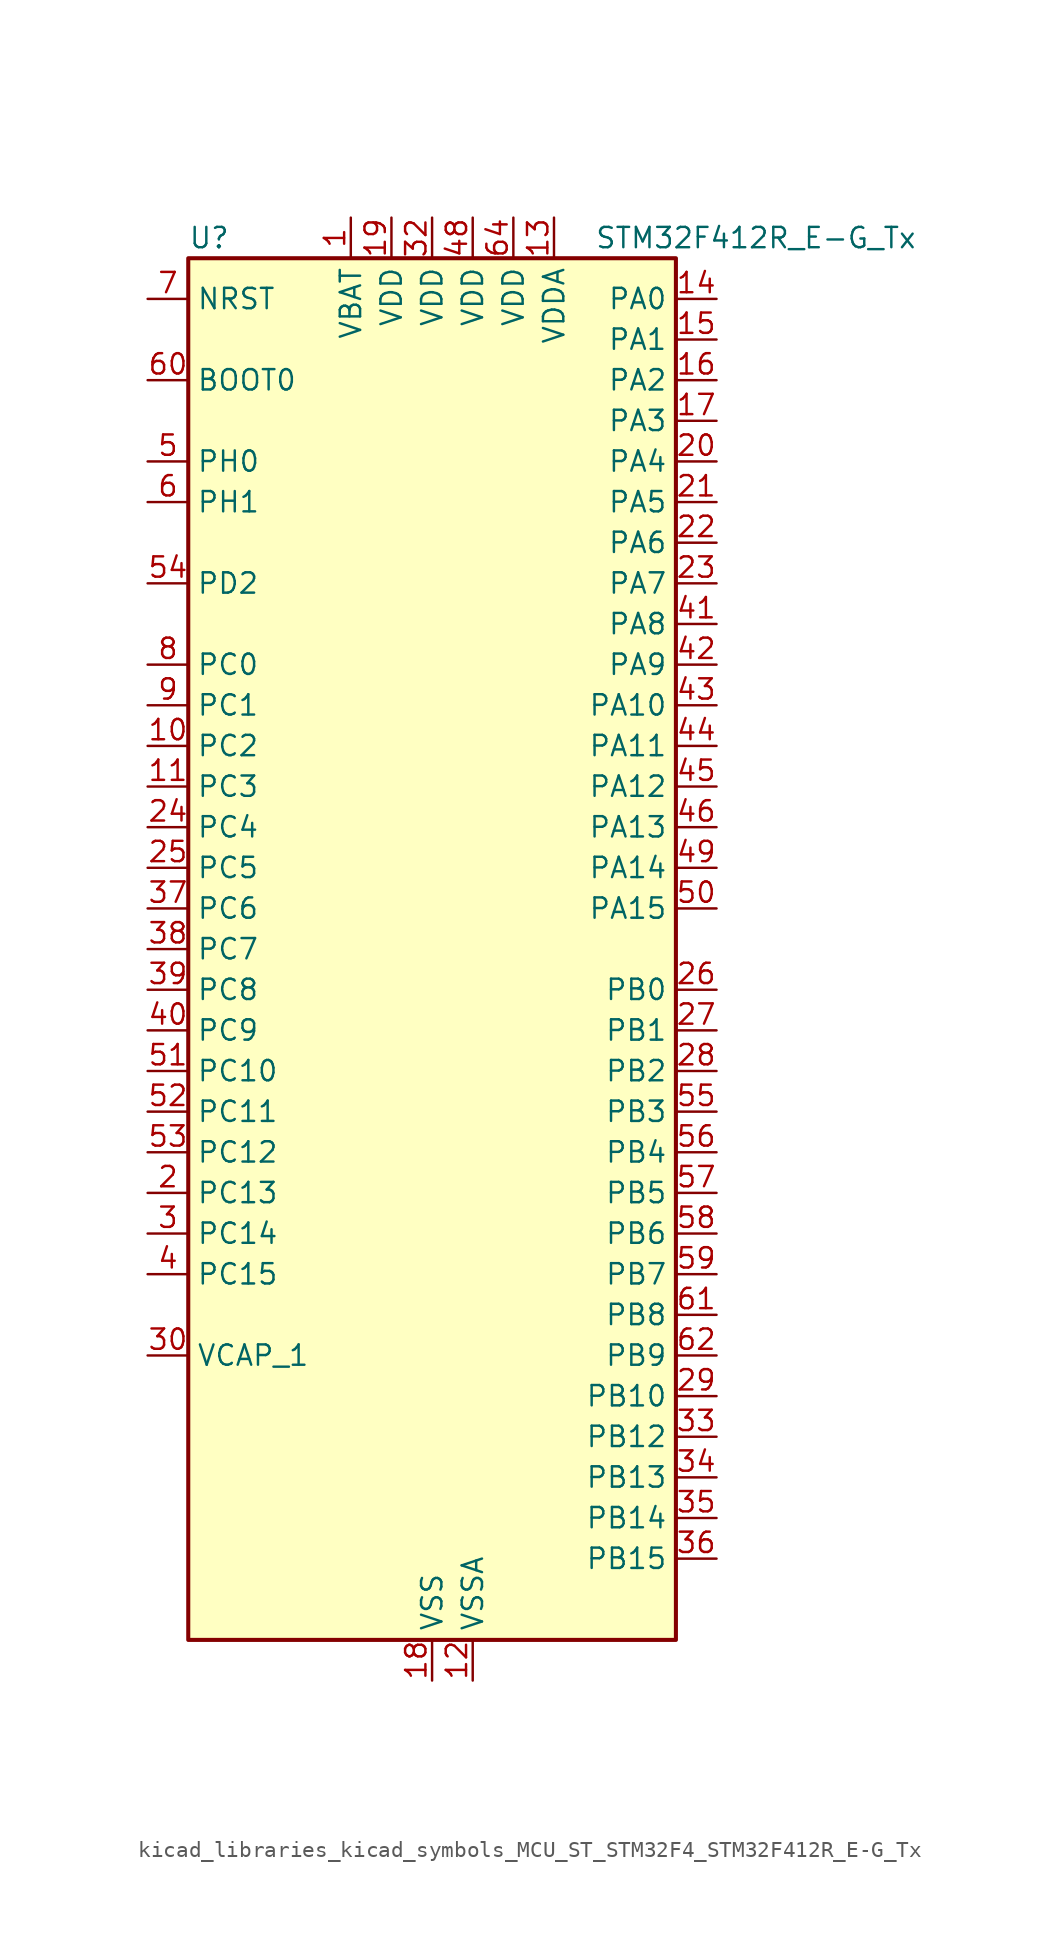
<source format=kicad_sym>
(kicad_symbol_lib
  (version 20220914)
  (generator kicad_symbol_editor)
  (symbol "kicad_libraries_kicad_symbols_MCU_ST_STM32F4_STM32F412R_E-G_Tx"
    (property "Reference" "U"
      (at -15.24 44.45 0)
      (effects (font (size 1.27 1.27)) (justify left)))
    (property "Value" "STM32F412R_E-G_Tx"
      (at 10.16 44.45 0)
      (effects (font (size 1.27 1.27)) (justify left)))
    (property "ki_locked" ""
      (at 0 0 0)
      (effects (font (size 1.27 1.27))))
    (symbol "kicad_libraries_kicad_symbols_MCU_ST_STM32F4_STM32F412R_E-G_Tx_0_1"
      (rectangle (start -15.24 -43.18) (end 15.24 43.18) (stroke (width 0.254) (type default)) (fill (type background))))
    (symbol "kicad_libraries_kicad_symbols_MCU_ST_STM32F4_STM32F412R_E-G_Tx_1_1"
      (pin power_in line (at -5.08 45.72 270) (length 2.54) (name "VBAT" (effects (font (size 1.27 1.27)))) (number "1" (effects (font (size 1.27 1.27)))))
      (pin bidirectional line (at -17.78 12.7 0) (length 2.54) (name "PC2" (effects (font (size 1.27 1.27)))) (number "10" (effects (font (size 1.27 1.27)))) (alternate "ADC1_IN12" bidirectional line) (alternate "DFSDM1_CKOUT" bidirectional line) (alternate "FSMC_NWE" bidirectional line) (alternate "I2S2_ext_SD" bidirectional line) (alternate "SPI2_MISO" bidirectional line))
      (pin bidirectional line (at -17.78 10.16 0) (length 2.54) (name "PC3" (effects (font (size 1.27 1.27)))) (number "11" (effects (font (size 1.27 1.27)))) (alternate "ADC1_IN13" bidirectional line) (alternate "FSMC_A0" bidirectional line) (alternate "I2S2_SD" bidirectional line) (alternate "SPI2_MOSI" bidirectional line))
      (pin power_in line (at 2.54 -45.72 90) (length 2.54) (name "VSSA" (effects (font (size 1.27 1.27)))) (number "12" (effects (font (size 1.27 1.27)))))
      (pin power_in line (at 7.62 45.72 270) (length 2.54) (name "VDDA" (effects (font (size 1.27 1.27)))) (number "13" (effects (font (size 1.27 1.27)))))
      (pin bidirectional line (at 17.78 40.64 180) (length 2.54) (name "PA0" (effects (font (size 1.27 1.27)))) (number "14" (effects (font (size 1.27 1.27)))) (alternate "ADC1_IN0" bidirectional line) (alternate "SYS_WKUP1" bidirectional line) (alternate "TIM2_CH1" bidirectional line) (alternate "TIM2_ETR" bidirectional line) (alternate "TIM5_CH1" bidirectional line) (alternate "TIM8_ETR" bidirectional line) (alternate "USART2_CTS" bidirectional line))
      (pin bidirectional line (at 17.78 38.1 180) (length 2.54) (name "PA1" (effects (font (size 1.27 1.27)))) (number "15" (effects (font (size 1.27 1.27)))) (alternate "ADC1_IN1" bidirectional line) (alternate "I2S4_SD" bidirectional line) (alternate "QUADSPI_BK1_IO3" bidirectional line) (alternate "SPI4_MOSI" bidirectional line) (alternate "TIM2_CH2" bidirectional line) (alternate "TIM5_CH2" bidirectional line) (alternate "USART2_RTS" bidirectional line))
      (pin bidirectional line (at 17.78 35.56 180) (length 2.54) (name "PA2" (effects (font (size 1.27 1.27)))) (number "16" (effects (font (size 1.27 1.27)))) (alternate "ADC1_IN2" bidirectional line) (alternate "FSMC_D4" bidirectional line) (alternate "FSMC_DA4" bidirectional line) (alternate "I2S_CKIN" bidirectional line) (alternate "TIM2_CH3" bidirectional line) (alternate "TIM5_CH3" bidirectional line) (alternate "TIM9_CH1" bidirectional line) (alternate "USART2_TX" bidirectional line))
      (pin bidirectional line (at 17.78 33.02 180) (length 2.54) (name "PA3" (effects (font (size 1.27 1.27)))) (number "17" (effects (font (size 1.27 1.27)))) (alternate "ADC1_IN3" bidirectional line) (alternate "FSMC_D5" bidirectional line) (alternate "FSMC_DA5" bidirectional line) (alternate "I2S2_MCK" bidirectional line) (alternate "TIM2_CH4" bidirectional line) (alternate "TIM5_CH4" bidirectional line) (alternate "TIM9_CH2" bidirectional line) (alternate "USART2_RX" bidirectional line))
      (pin power_in line (at 0 -45.72 90) (length 2.54) (name "VSS" (effects (font (size 1.27 1.27)))) (number "18" (effects (font (size 1.27 1.27)))))
      (pin power_in line (at -2.54 45.72 270) (length 2.54) (name "VDD" (effects (font (size 1.27 1.27)))) (number "19" (effects (font (size 1.27 1.27)))))
      (pin bidirectional line (at -17.78 -15.24 0) (length 2.54) (name "PC13" (effects (font (size 1.27 1.27)))) (number "2" (effects (font (size 1.27 1.27)))) (alternate "RTC_AF1" bidirectional line))
      (pin bidirectional line (at 17.78 30.48 180) (length 2.54) (name "PA4" (effects (font (size 1.27 1.27)))) (number "20" (effects (font (size 1.27 1.27)))) (alternate "ADC1_IN4" bidirectional line) (alternate "DFSDM1_DATIN1" bidirectional line) (alternate "FSMC_D6" bidirectional line) (alternate "FSMC_DA6" bidirectional line) (alternate "I2S1_WS" bidirectional line) (alternate "I2S3_WS" bidirectional line) (alternate "SPI1_NSS" bidirectional line) (alternate "SPI3_NSS" bidirectional line) (alternate "USART2_CK" bidirectional line))
      (pin bidirectional line (at 17.78 27.94 180) (length 2.54) (name "PA5" (effects (font (size 1.27 1.27)))) (number "21" (effects (font (size 1.27 1.27)))) (alternate "ADC1_IN5" bidirectional line) (alternate "DFSDM1_CKIN1" bidirectional line) (alternate "FSMC_D7" bidirectional line) (alternate "FSMC_DA7" bidirectional line) (alternate "I2S1_CK" bidirectional line) (alternate "SPI1_SCK" bidirectional line) (alternate "TIM2_CH1" bidirectional line) (alternate "TIM2_ETR" bidirectional line) (alternate "TIM8_CH1N" bidirectional line))
      (pin bidirectional line (at 17.78 25.4 180) (length 2.54) (name "PA6" (effects (font (size 1.27 1.27)))) (number "22" (effects (font (size 1.27 1.27)))) (alternate "ADC1_IN6" bidirectional line) (alternate "I2S2_MCK" bidirectional line) (alternate "QUADSPI_BK2_IO0" bidirectional line) (alternate "SDIO_CMD" bidirectional line) (alternate "SPI1_MISO" bidirectional line) (alternate "TIM13_CH1" bidirectional line) (alternate "TIM1_BKIN" bidirectional line) (alternate "TIM3_CH1" bidirectional line) (alternate "TIM8_BKIN" bidirectional line))
      (pin bidirectional line (at 17.78 22.86 180) (length 2.54) (name "PA7" (effects (font (size 1.27 1.27)))) (number "23" (effects (font (size 1.27 1.27)))) (alternate "ADC1_IN7" bidirectional line) (alternate "I2S1_SD" bidirectional line) (alternate "QUADSPI_BK2_IO1" bidirectional line) (alternate "SPI1_MOSI" bidirectional line) (alternate "TIM14_CH1" bidirectional line) (alternate "TIM1_CH1N" bidirectional line) (alternate "TIM3_CH2" bidirectional line) (alternate "TIM8_CH1N" bidirectional line))
      (pin bidirectional line (at -17.78 7.62 0) (length 2.54) (name "PC4" (effects (font (size 1.27 1.27)))) (number "24" (effects (font (size 1.27 1.27)))) (alternate "ADC1_IN14" bidirectional line) (alternate "FSMC_NE4" bidirectional line) (alternate "I2S1_MCK" bidirectional line) (alternate "QUADSPI_BK2_IO2" bidirectional line))
      (pin bidirectional line (at -17.78 5.08 0) (length 2.54) (name "PC5" (effects (font (size 1.27 1.27)))) (number "25" (effects (font (size 1.27 1.27)))) (alternate "ADC1_IN15" bidirectional line) (alternate "FMPI2C1_SMBA" bidirectional line) (alternate "FSMC_NOE" bidirectional line) (alternate "QUADSPI_BK2_IO3" bidirectional line) (alternate "USART3_RX" bidirectional line))
      (pin bidirectional line (at 17.78 -2.54 180) (length 2.54) (name "PB0" (effects (font (size 1.27 1.27)))) (number "26" (effects (font (size 1.27 1.27)))) (alternate "ADC1_IN8" bidirectional line) (alternate "I2S5_CK" bidirectional line) (alternate "SPI5_SCK" bidirectional line) (alternate "TIM1_CH2N" bidirectional line) (alternate "TIM3_CH3" bidirectional line) (alternate "TIM8_CH2N" bidirectional line))
      (pin bidirectional line (at 17.78 -5.08 180) (length 2.54) (name "PB1" (effects (font (size 1.27 1.27)))) (number "27" (effects (font (size 1.27 1.27)))) (alternate "ADC1_IN9" bidirectional line) (alternate "DFSDM1_DATIN0" bidirectional line) (alternate "I2S5_WS" bidirectional line) (alternate "QUADSPI_CLK" bidirectional line) (alternate "SPI5_NSS" bidirectional line) (alternate "TIM1_CH3N" bidirectional line) (alternate "TIM3_CH4" bidirectional line) (alternate "TIM8_CH3N" bidirectional line))
      (pin bidirectional line (at 17.78 -7.62 180) (length 2.54) (name "PB2" (effects (font (size 1.27 1.27)))) (number "28" (effects (font (size 1.27 1.27)))) (alternate "DFSDM1_CKIN0" bidirectional line) (alternate "QUADSPI_CLK" bidirectional line))
      (pin bidirectional line (at 17.78 -27.94 180) (length 2.54) (name "PB10" (effects (font (size 1.27 1.27)))) (number "29" (effects (font (size 1.27 1.27)))) (alternate "FMPI2C1_SCL" bidirectional line) (alternate "I2C2_SCL" bidirectional line) (alternate "I2S2_CK" bidirectional line) (alternate "I2S3_MCK" bidirectional line) (alternate "SDIO_D7" bidirectional line) (alternate "SPI2_SCK" bidirectional line) (alternate "TIM2_CH3" bidirectional line) (alternate "USART3_TX" bidirectional line))
      (pin bidirectional line (at -17.78 -17.78 0) (length 2.54) (name "PC14" (effects (font (size 1.27 1.27)))) (number "3" (effects (font (size 1.27 1.27)))) (alternate "RCC_OSC32_IN" bidirectional line))
      (pin power_out line (at -17.78 -25.4 0) (length 2.54) (name "VCAP_1" (effects (font (size 1.27 1.27)))) (number "30" (effects (font (size 1.27 1.27)))))
      (pin passive line (at 0 -45.72 90) (length 2.54) hide (name "VSS" (effects (font (size 1.27 1.27)))) (number "31" (effects (font (size 1.27 1.27)))))
      (pin power_in line (at 0 45.72 270) (length 2.54) (name "VDD" (effects (font (size 1.27 1.27)))) (number "32" (effects (font (size 1.27 1.27)))))
      (pin bidirectional line (at 17.78 -30.48 180) (length 2.54) (name "PB12" (effects (font (size 1.27 1.27)))) (number "33" (effects (font (size 1.27 1.27)))) (alternate "CAN2_RX" bidirectional line) (alternate "DFSDM1_DATIN1" bidirectional line) (alternate "I2C2_SMBA" bidirectional line) (alternate "I2S2_WS" bidirectional line) (alternate "I2S3_CK" bidirectional line) (alternate "I2S4_WS" bidirectional line) (alternate "SPI2_NSS" bidirectional line) (alternate "SPI3_SCK" bidirectional line) (alternate "SPI4_NSS" bidirectional line) (alternate "TIM1_BKIN" bidirectional line) (alternate "USART3_CK" bidirectional line))
      (pin bidirectional line (at 17.78 -33.02 180) (length 2.54) (name "PB13" (effects (font (size 1.27 1.27)))) (number "34" (effects (font (size 1.27 1.27)))) (alternate "CAN2_TX" bidirectional line) (alternate "DFSDM1_CKIN1" bidirectional line) (alternate "FMPI2C1_SMBA" bidirectional line) (alternate "I2S2_CK" bidirectional line) (alternate "I2S4_CK" bidirectional line) (alternate "SPI2_SCK" bidirectional line) (alternate "SPI4_SCK" bidirectional line) (alternate "TIM1_CH1N" bidirectional line) (alternate "USART3_CTS" bidirectional line))
      (pin bidirectional line (at 17.78 -35.56 180) (length 2.54) (name "PB14" (effects (font (size 1.27 1.27)))) (number "35" (effects (font (size 1.27 1.27)))) (alternate "DFSDM1_DATIN2" bidirectional line) (alternate "FMPI2C1_SDA" bidirectional line) (alternate "FSMC_D0" bidirectional line) (alternate "FSMC_DA0" bidirectional line) (alternate "I2S2_ext_SD" bidirectional line) (alternate "SDIO_D6" bidirectional line) (alternate "SPI2_MISO" bidirectional line) (alternate "TIM12_CH1" bidirectional line) (alternate "TIM1_CH2N" bidirectional line) (alternate "TIM8_CH2N" bidirectional line) (alternate "USART3_RTS" bidirectional line))
      (pin bidirectional line (at 17.78 -38.1 180) (length 2.54) (name "PB15" (effects (font (size 1.27 1.27)))) (number "36" (effects (font (size 1.27 1.27)))) (alternate "ADC1_EXTI15" bidirectional line) (alternate "DFSDM1_CKIN2" bidirectional line) (alternate "FMPI2C1_SCL" bidirectional line) (alternate "I2S2_SD" bidirectional line) (alternate "RTC_REFIN" bidirectional line) (alternate "SDIO_CK" bidirectional line) (alternate "SPI2_MOSI" bidirectional line) (alternate "TIM12_CH2" bidirectional line) (alternate "TIM1_CH3N" bidirectional line) (alternate "TIM8_CH3N" bidirectional line))
      (pin bidirectional line (at -17.78 2.54 0) (length 2.54) (name "PC6" (effects (font (size 1.27 1.27)))) (number "37" (effects (font (size 1.27 1.27)))) (alternate "DFSDM1_CKIN3" bidirectional line) (alternate "FMPI2C1_SCL" bidirectional line) (alternate "FSMC_D1" bidirectional line) (alternate "FSMC_DA1" bidirectional line) (alternate "I2S2_MCK" bidirectional line) (alternate "SDIO_D6" bidirectional line) (alternate "TIM3_CH1" bidirectional line) (alternate "TIM8_CH1" bidirectional line) (alternate "USART6_TX" bidirectional line))
      (pin bidirectional line (at -17.78 0 0) (length 2.54) (name "PC7" (effects (font (size 1.27 1.27)))) (number "38" (effects (font (size 1.27 1.27)))) (alternate "DFSDM1_DATIN3" bidirectional line) (alternate "FMPI2C1_SDA" bidirectional line) (alternate "I2S2_CK" bidirectional line) (alternate "I2S3_MCK" bidirectional line) (alternate "SDIO_D7" bidirectional line) (alternate "SPI2_SCK" bidirectional line) (alternate "TIM3_CH2" bidirectional line) (alternate "TIM8_CH2" bidirectional line) (alternate "USART6_RX" bidirectional line))
      (pin bidirectional line (at -17.78 -2.54 0) (length 2.54) (name "PC8" (effects (font (size 1.27 1.27)))) (number "39" (effects (font (size 1.27 1.27)))) (alternate "QUADSPI_BK1_IO2" bidirectional line) (alternate "SDIO_D0" bidirectional line) (alternate "TIM3_CH3" bidirectional line) (alternate "TIM8_CH3" bidirectional line) (alternate "USART6_CK" bidirectional line))
      (pin bidirectional line (at -17.78 -20.32 0) (length 2.54) (name "PC15" (effects (font (size 1.27 1.27)))) (number "4" (effects (font (size 1.27 1.27)))) (alternate "ADC1_EXTI15" bidirectional line) (alternate "RCC_OSC32_OUT" bidirectional line))
      (pin bidirectional line (at -17.78 -5.08 0) (length 2.54) (name "PC9" (effects (font (size 1.27 1.27)))) (number "40" (effects (font (size 1.27 1.27)))) (alternate "I2C3_SDA" bidirectional line) (alternate "I2S_CKIN" bidirectional line) (alternate "QUADSPI_BK1_IO0" bidirectional line) (alternate "RCC_MCO_2" bidirectional line) (alternate "SDIO_D1" bidirectional line) (alternate "TIM3_CH4" bidirectional line) (alternate "TIM8_CH4" bidirectional line))
      (pin bidirectional line (at 17.78 20.32 180) (length 2.54) (name "PA8" (effects (font (size 1.27 1.27)))) (number "41" (effects (font (size 1.27 1.27)))) (alternate "I2C3_SCL" bidirectional line) (alternate "RCC_MCO_1" bidirectional line) (alternate "SDIO_D1" bidirectional line) (alternate "TIM1_CH1" bidirectional line) (alternate "USART1_CK" bidirectional line) (alternate "USB_OTG_FS_SOF" bidirectional line))
      (pin bidirectional line (at 17.78 17.78 180) (length 2.54) (name "PA9" (effects (font (size 1.27 1.27)))) (number "42" (effects (font (size 1.27 1.27)))) (alternate "I2C3_SMBA" bidirectional line) (alternate "SDIO_D2" bidirectional line) (alternate "TIM1_CH2" bidirectional line) (alternate "USART1_TX" bidirectional line) (alternate "USB_OTG_FS_VBUS" bidirectional line))
      (pin bidirectional line (at 17.78 15.24 180) (length 2.54) (name "PA10" (effects (font (size 1.27 1.27)))) (number "43" (effects (font (size 1.27 1.27)))) (alternate "I2S5_SD" bidirectional line) (alternate "SPI5_MOSI" bidirectional line) (alternate "TIM1_CH3" bidirectional line) (alternate "USART1_RX" bidirectional line) (alternate "USB_OTG_FS_ID" bidirectional line))
      (pin bidirectional line (at 17.78 12.7 180) (length 2.54) (name "PA11" (effects (font (size 1.27 1.27)))) (number "44" (effects (font (size 1.27 1.27)))) (alternate "ADC1_EXTI11" bidirectional line) (alternate "CAN1_RX" bidirectional line) (alternate "SPI4_MISO" bidirectional line) (alternate "TIM1_CH4" bidirectional line) (alternate "USART1_CTS" bidirectional line) (alternate "USART6_TX" bidirectional line) (alternate "USB_OTG_FS_DM" bidirectional line))
      (pin bidirectional line (at 17.78 10.16 180) (length 2.54) (name "PA12" (effects (font (size 1.27 1.27)))) (number "45" (effects (font (size 1.27 1.27)))) (alternate "CAN1_TX" bidirectional line) (alternate "SPI5_MISO" bidirectional line) (alternate "TIM1_ETR" bidirectional line) (alternate "USART1_RTS" bidirectional line) (alternate "USART6_RX" bidirectional line) (alternate "USB_OTG_FS_DP" bidirectional line))
      (pin bidirectional line (at 17.78 7.62 180) (length 2.54) (name "PA13" (effects (font (size 1.27 1.27)))) (number "46" (effects (font (size 1.27 1.27)))) (alternate "SYS_JTMS-SWDIO" bidirectional line))
      (pin passive line (at 0 -45.72 90) (length 2.54) hide (name "VSS" (effects (font (size 1.27 1.27)))) (number "47" (effects (font (size 1.27 1.27)))))
      (pin power_in line (at 2.54 45.72 270) (length 2.54) (name "VDD" (effects (font (size 1.27 1.27)))) (number "48" (effects (font (size 1.27 1.27)))))
      (pin bidirectional line (at 17.78 5.08 180) (length 2.54) (name "PA14" (effects (font (size 1.27 1.27)))) (number "49" (effects (font (size 1.27 1.27)))) (alternate "SYS_JTCK-SWCLK" bidirectional line))
      (pin bidirectional line (at -17.78 30.48 0) (length 2.54) (name "PH0" (effects (font (size 1.27 1.27)))) (number "5" (effects (font (size 1.27 1.27)))) (alternate "RCC_OSC_IN" bidirectional line))
      (pin bidirectional line (at 17.78 2.54 180) (length 2.54) (name "PA15" (effects (font (size 1.27 1.27)))) (number "50" (effects (font (size 1.27 1.27)))) (alternate "ADC1_EXTI15" bidirectional line) (alternate "I2S1_WS" bidirectional line) (alternate "I2S3_WS" bidirectional line) (alternate "SPI1_NSS" bidirectional line) (alternate "SPI3_NSS" bidirectional line) (alternate "SYS_JTDI" bidirectional line) (alternate "TIM2_CH1" bidirectional line) (alternate "TIM2_ETR" bidirectional line) (alternate "USART1_TX" bidirectional line))
      (pin bidirectional line (at -17.78 -7.62 0) (length 2.54) (name "PC10" (effects (font (size 1.27 1.27)))) (number "51" (effects (font (size 1.27 1.27)))) (alternate "I2S3_CK" bidirectional line) (alternate "QUADSPI_BK1_IO1" bidirectional line) (alternate "SDIO_D2" bidirectional line) (alternate "SPI3_SCK" bidirectional line) (alternate "USART3_TX" bidirectional line))
      (pin bidirectional line (at -17.78 -10.16 0) (length 2.54) (name "PC11" (effects (font (size 1.27 1.27)))) (number "52" (effects (font (size 1.27 1.27)))) (alternate "ADC1_EXTI11" bidirectional line) (alternate "FSMC_D2" bidirectional line) (alternate "FSMC_DA2" bidirectional line) (alternate "I2S3_ext_SD" bidirectional line) (alternate "QUADSPI_BK2_NCS" bidirectional line) (alternate "SDIO_D3" bidirectional line) (alternate "SPI3_MISO" bidirectional line) (alternate "USART3_RX" bidirectional line))
      (pin bidirectional line (at -17.78 -12.7 0) (length 2.54) (name "PC12" (effects (font (size 1.27 1.27)))) (number "53" (effects (font (size 1.27 1.27)))) (alternate "FSMC_D3" bidirectional line) (alternate "FSMC_DA3" bidirectional line) (alternate "I2S3_SD" bidirectional line) (alternate "SDIO_CK" bidirectional line) (alternate "SPI3_MOSI" bidirectional line) (alternate "USART3_CK" bidirectional line))
      (pin bidirectional line (at -17.78 22.86 0) (length 2.54) (name "PD2" (effects (font (size 1.27 1.27)))) (number "54" (effects (font (size 1.27 1.27)))) (alternate "FSMC_NWE" bidirectional line) (alternate "SDIO_CMD" bidirectional line) (alternate "TIM3_ETR" bidirectional line))
      (pin bidirectional line (at 17.78 -10.16 180) (length 2.54) (name "PB3" (effects (font (size 1.27 1.27)))) (number "55" (effects (font (size 1.27 1.27)))) (alternate "FMPI2C1_SDA" bidirectional line) (alternate "I2C2_SDA" bidirectional line) (alternate "I2S1_CK" bidirectional line) (alternate "I2S3_CK" bidirectional line) (alternate "SPI1_SCK" bidirectional line) (alternate "SPI3_SCK" bidirectional line) (alternate "SYS_JTDO-SWO" bidirectional line) (alternate "TIM2_CH2" bidirectional line) (alternate "USART1_RX" bidirectional line))
      (pin bidirectional line (at 17.78 -12.7 180) (length 2.54) (name "PB4" (effects (font (size 1.27 1.27)))) (number "56" (effects (font (size 1.27 1.27)))) (alternate "I2C3_SDA" bidirectional line) (alternate "I2S3_ext_SD" bidirectional line) (alternate "SDIO_D0" bidirectional line) (alternate "SPI1_MISO" bidirectional line) (alternate "SPI3_MISO" bidirectional line) (alternate "SYS_JTRST" bidirectional line) (alternate "TIM3_CH1" bidirectional line))
      (pin bidirectional line (at 17.78 -15.24 180) (length 2.54) (name "PB5" (effects (font (size 1.27 1.27)))) (number "57" (effects (font (size 1.27 1.27)))) (alternate "CAN2_RX" bidirectional line) (alternate "I2C1_SMBA" bidirectional line) (alternate "I2S1_SD" bidirectional line) (alternate "I2S3_SD" bidirectional line) (alternate "SDIO_D3" bidirectional line) (alternate "SPI1_MOSI" bidirectional line) (alternate "SPI3_MOSI" bidirectional line) (alternate "TIM3_CH2" bidirectional line))
      (pin bidirectional line (at 17.78 -17.78 180) (length 2.54) (name "PB6" (effects (font (size 1.27 1.27)))) (number "58" (effects (font (size 1.27 1.27)))) (alternate "CAN2_TX" bidirectional line) (alternate "I2C1_SCL" bidirectional line) (alternate "QUADSPI_BK1_NCS" bidirectional line) (alternate "SDIO_D0" bidirectional line) (alternate "TIM4_CH1" bidirectional line) (alternate "USART1_TX" bidirectional line))
      (pin bidirectional line (at 17.78 -20.32 180) (length 2.54) (name "PB7" (effects (font (size 1.27 1.27)))) (number "59" (effects (font (size 1.27 1.27)))) (alternate "FSMC_NL" bidirectional line) (alternate "I2C1_SDA" bidirectional line) (alternate "TIM4_CH2" bidirectional line) (alternate "USART1_RX" bidirectional line))
      (pin bidirectional line (at -17.78 27.94 0) (length 2.54) (name "PH1" (effects (font (size 1.27 1.27)))) (number "6" (effects (font (size 1.27 1.27)))) (alternate "RCC_OSC_OUT" bidirectional line))
      (pin input line (at -17.78 35.56 0) (length 2.54) (name "BOOT0" (effects (font (size 1.27 1.27)))) (number "60" (effects (font (size 1.27 1.27)))))
      (pin bidirectional line (at 17.78 -22.86 180) (length 2.54) (name "PB8" (effects (font (size 1.27 1.27)))) (number "61" (effects (font (size 1.27 1.27)))) (alternate "CAN1_RX" bidirectional line) (alternate "I2C1_SCL" bidirectional line) (alternate "I2C3_SDA" bidirectional line) (alternate "I2S5_SD" bidirectional line) (alternate "SDIO_D4" bidirectional line) (alternate "SPI5_MOSI" bidirectional line) (alternate "TIM10_CH1" bidirectional line) (alternate "TIM4_CH3" bidirectional line))
      (pin bidirectional line (at 17.78 -25.4 180) (length 2.54) (name "PB9" (effects (font (size 1.27 1.27)))) (number "62" (effects (font (size 1.27 1.27)))) (alternate "CAN1_TX" bidirectional line) (alternate "I2C1_SDA" bidirectional line) (alternate "I2C2_SDA" bidirectional line) (alternate "I2S2_WS" bidirectional line) (alternate "SDIO_D5" bidirectional line) (alternate "SPI2_NSS" bidirectional line) (alternate "TIM11_CH1" bidirectional line) (alternate "TIM4_CH4" bidirectional line))
      (pin passive line (at 0 -45.72 90) (length 2.54) hide (name "VSS" (effects (font (size 1.27 1.27)))) (number "63" (effects (font (size 1.27 1.27)))))
      (pin power_in line (at 5.08 45.72 270) (length 2.54) (name "VDD" (effects (font (size 1.27 1.27)))) (number "64" (effects (font (size 1.27 1.27)))))
      (pin input line (at -17.78 40.64 0) (length 2.54) (name "NRST" (effects (font (size 1.27 1.27)))) (number "7" (effects (font (size 1.27 1.27)))))
      (pin bidirectional line (at -17.78 17.78 0) (length 2.54) (name "PC0" (effects (font (size 1.27 1.27)))) (number "8" (effects (font (size 1.27 1.27)))) (alternate "ADC1_IN10" bidirectional line) (alternate "SYS_WKUP2" bidirectional line))
      (pin bidirectional line (at -17.78 15.24 0) (length 2.54) (name "PC1" (effects (font (size 1.27 1.27)))) (number "9" (effects (font (size 1.27 1.27)))) (alternate "ADC1_IN11" bidirectional line) (alternate "SYS_WKUP3" bidirectional line)))))
</source>
